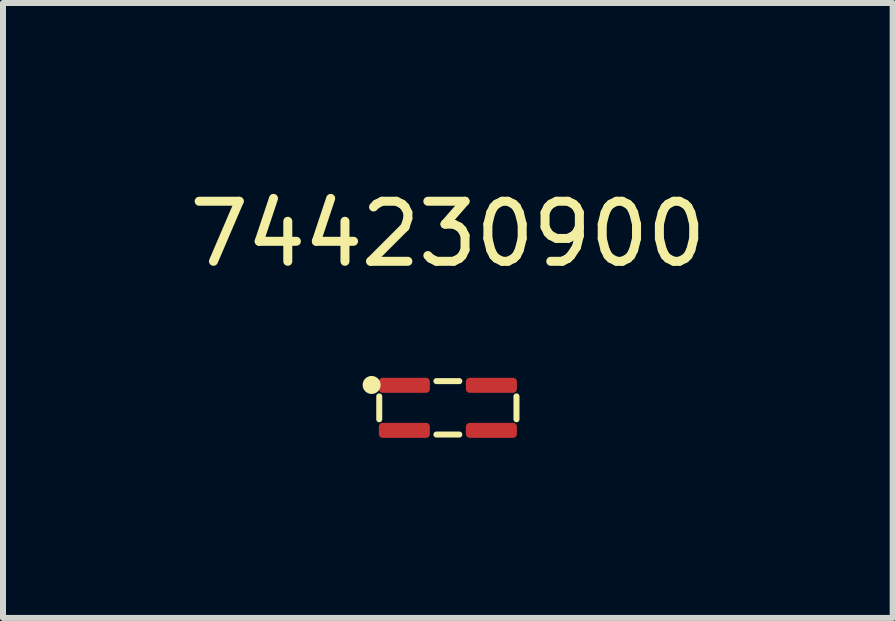
<source format=kicad_pcb>
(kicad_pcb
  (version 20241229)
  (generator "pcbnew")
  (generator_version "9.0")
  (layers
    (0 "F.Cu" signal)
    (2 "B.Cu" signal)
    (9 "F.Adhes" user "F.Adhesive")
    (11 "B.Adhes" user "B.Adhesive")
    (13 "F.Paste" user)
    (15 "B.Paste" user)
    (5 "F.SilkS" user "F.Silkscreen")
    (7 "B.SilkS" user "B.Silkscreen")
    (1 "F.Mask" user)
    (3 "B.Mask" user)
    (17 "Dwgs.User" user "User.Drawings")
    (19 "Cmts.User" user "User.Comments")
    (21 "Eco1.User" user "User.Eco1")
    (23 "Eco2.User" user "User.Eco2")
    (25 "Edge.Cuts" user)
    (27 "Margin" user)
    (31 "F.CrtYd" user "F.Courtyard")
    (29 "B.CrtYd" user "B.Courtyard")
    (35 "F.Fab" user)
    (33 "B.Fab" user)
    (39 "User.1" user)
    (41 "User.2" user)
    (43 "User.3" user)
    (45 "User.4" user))
  (footprint "744230900"
    (layer "F.Cu")
    (at 4.411 3.744)
    (property "Reference" "744230900" (at 0 -2.896 0) (layer "F.SilkS") (effects (font (size 1 1) (thickness 0.15))))
    (attr through_hole)
    (fp_line (start -1.143 -0.191) (end -1.143 0.191) (stroke (width 0.1) (type solid)) (layer "F.SilkS"))
    (fp_line (start -0.191 -0.445) (end 0.191 -0.445) (stroke (width 0.1) (type solid)) (layer "F.SilkS"))
    (fp_line (start -0.191 0.445) (end 0.191 0.445) (stroke (width 0.1) (type solid)) (layer "F.SilkS"))
    (fp_line (start 1.143 -0.191) (end 1.143 0.191) (stroke (width 0.1) (type solid)) (layer "F.SilkS"))
    (fp_circle (center -1.27 -0.381) (end -1.27 -0.381) (stroke (width 0.15) (type solid)) (fill no) (layer "F.SilkS"))
    (pad "1" smd roundrect (at -0.725 -0.375) (size 0.85 0.25) (layers "F.Cu" "F.Mask" "F.Paste") (roundrect_rratio 0.25))
    (pad "2" smd roundrect (at 0.725 -0.375) (size 0.85 0.25) (layers "F.Cu" "F.Mask" "F.Paste") (roundrect_rratio 0.25))
    (pad "3" smd roundrect (at 0.725 0.375) (size 0.85 0.25) (layers "F.Cu" "F.Mask" "F.Paste") (roundrect_rratio 0.25))
    (pad "4" smd roundrect (at -0.725 0.375) (size 0.85 0.25) (layers "F.Cu" "F.Mask" "F.Paste") (roundrect_rratio 0.25)))
  (gr_rect
    (start -3 -3)
    (end 11.821 7.244)
    (stroke (width 0.1) (type default))
    (fill no)
    (layer "Edge.Cuts")))
</source>
